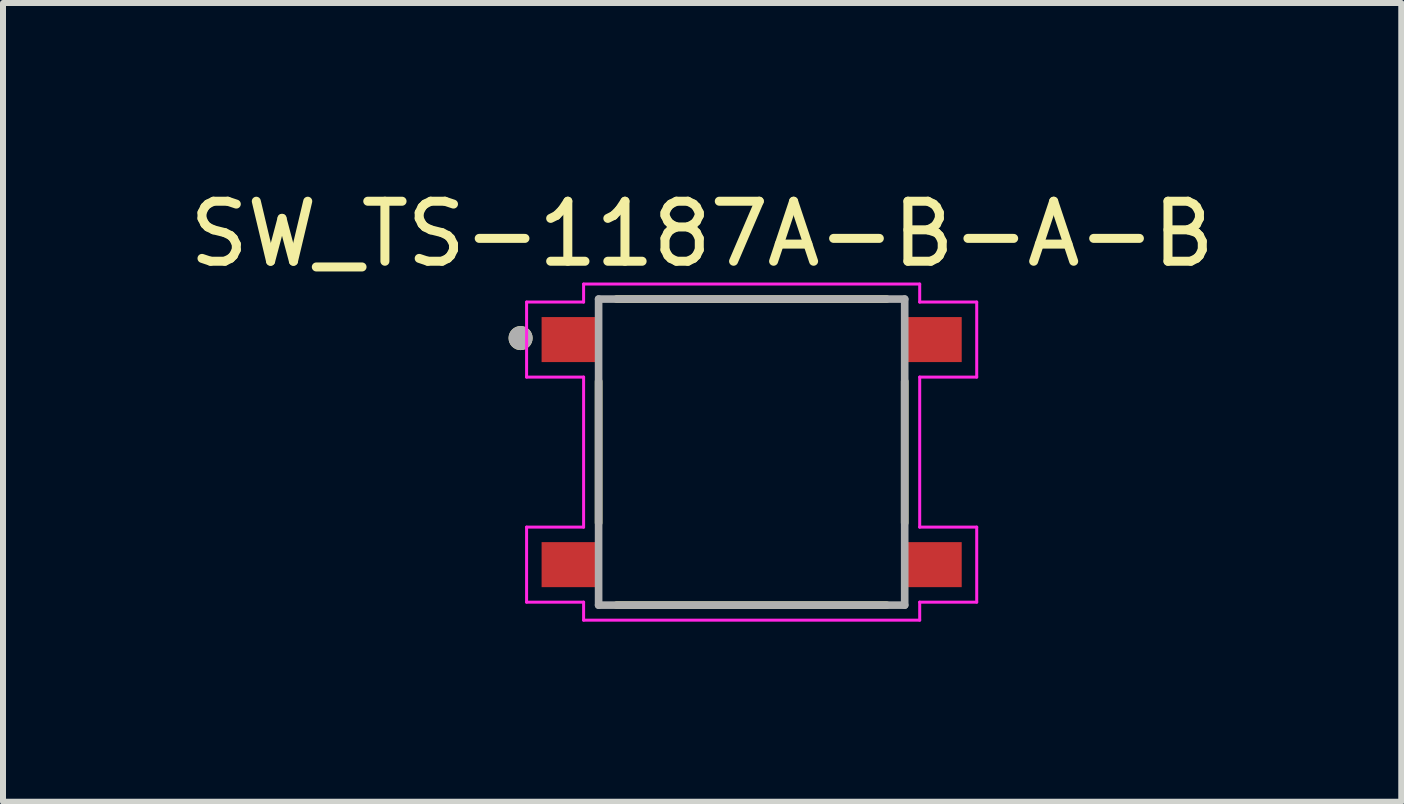
<source format=kicad_pcb>
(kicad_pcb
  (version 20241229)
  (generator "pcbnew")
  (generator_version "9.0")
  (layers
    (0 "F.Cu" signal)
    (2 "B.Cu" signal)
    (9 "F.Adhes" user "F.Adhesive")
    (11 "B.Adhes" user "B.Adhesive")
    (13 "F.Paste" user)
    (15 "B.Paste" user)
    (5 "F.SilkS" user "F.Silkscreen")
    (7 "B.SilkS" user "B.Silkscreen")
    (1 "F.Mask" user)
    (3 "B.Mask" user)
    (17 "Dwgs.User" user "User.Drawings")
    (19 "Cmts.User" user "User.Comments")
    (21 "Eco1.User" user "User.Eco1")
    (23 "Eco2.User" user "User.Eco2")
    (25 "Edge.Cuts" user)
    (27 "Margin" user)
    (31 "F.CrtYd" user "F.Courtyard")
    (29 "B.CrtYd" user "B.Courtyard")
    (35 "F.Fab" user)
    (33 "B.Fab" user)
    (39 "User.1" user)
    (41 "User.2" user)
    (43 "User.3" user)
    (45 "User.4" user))
  (footprint "SW_TS-1187A-B-A-B"
    (layer "F.Cu")
    (at 9.474 4.483)
    (property "Reference" "SW_TS-1187A-B-A-B" (at -0.825 -3.635 0) (layer "F.SilkS") (effects (font (size 1 1) (thickness 0.15))))
    (attr smd)
    (fp_line (start -2.55 -1.18) (end -2.55 1.18) (stroke (width 0.127) (type solid)) (layer "F.SilkS"))
    (fp_line (start 2.25 -2.55) (end -2.25 -2.55) (stroke (width 0.127) (type solid)) (layer "F.SilkS"))
    (fp_line (start 2.25 2.55) (end -2.25 2.55) (stroke (width 0.127) (type solid)) (layer "F.SilkS"))
    (fp_line (start 2.55 1.18) (end 2.55 -1.18) (stroke (width 0.127) (type solid)) (layer "F.SilkS"))
    (fp_circle (center -3.85 -1.9) (end -3.75 -1.9) (stroke (width 0.2) (type solid)) (fill no) (layer "F.SilkS"))
    (fp_line (start -3.75 -2.5) (end -3.75 -1.25) (stroke (width 0.05) (type solid)) (layer "F.CrtYd"))
    (fp_line (start -3.75 -2.5) (end -2.8 -2.5) (stroke (width 0.05) (type solid)) (layer "F.CrtYd"))
    (fp_line (start -3.75 -1.25) (end -2.8 -1.25) (stroke (width 0.05) (type solid)) (layer "F.CrtYd"))
    (fp_line (start -3.75 1.25) (end -2.8 1.25) (stroke (width 0.05) (type solid)) (layer "F.CrtYd"))
    (fp_line (start -3.75 2.5) (end -3.75 1.25) (stroke (width 0.05) (type solid)) (layer "F.CrtYd"))
    (fp_line (start -3.75 2.5) (end -2.8 2.5) (stroke (width 0.05) (type solid)) (layer "F.CrtYd"))
    (fp_line (start -2.8 -2.8) (end -2.8 -2.5) (stroke (width 0.05) (type solid)) (layer "F.CrtYd"))
    (fp_line (start -2.8 -1.25) (end -2.8 1.25) (stroke (width 0.05) (type solid)) (layer "F.CrtYd"))
    (fp_line (start -2.8 2.8) (end -2.8 2.5) (stroke (width 0.05) (type solid)) (layer "F.CrtYd"))
    (fp_line (start -2.8 2.8) (end 2.8 2.8) (stroke (width 0.05) (type solid)) (layer "F.CrtYd"))
    (fp_line (start 2.8 -2.8) (end -2.8 -2.8) (stroke (width 0.05) (type solid)) (layer "F.CrtYd"))
    (fp_line (start 2.8 -2.8) (end 2.8 -2.5) (stroke (width 0.05) (type solid)) (layer "F.CrtYd"))
    (fp_line (start 2.8 -1.25) (end 2.8 1.25) (stroke (width 0.05) (type solid)) (layer "F.CrtYd"))
    (fp_line (start 2.8 2.8) (end 2.8 2.5) (stroke (width 0.05) (type solid)) (layer "F.CrtYd"))
    (fp_line (start 3.75 -2.5) (end 2.8 -2.5) (stroke (width 0.05) (type solid)) (layer "F.CrtYd"))
    (fp_line (start 3.75 -2.5) (end 3.75 -1.25) (stroke (width 0.05) (type solid)) (layer "F.CrtYd"))
    (fp_line (start 3.75 -1.25) (end 2.8 -1.25) (stroke (width 0.05) (type solid)) (layer "F.CrtYd"))
    (fp_line (start 3.75 1.25) (end 2.8 1.25) (stroke (width 0.05) (type solid)) (layer "F.CrtYd"))
    (fp_line (start 3.75 2.5) (end 2.8 2.5) (stroke (width 0.05) (type solid)) (layer "F.CrtYd"))
    (fp_line (start 3.75 2.5) (end 3.75 1.25) (stroke (width 0.05) (type solid)) (layer "F.CrtYd"))
    (fp_line (start -2.55 -2.55) (end -2.55 2.55) (stroke (width 0.127) (type solid)) (layer "F.Fab"))
    (fp_line (start -2.55 2.55) (end 2.55 2.55) (stroke (width 0.127) (type solid)) (layer "F.Fab"))
    (fp_line (start 2.55 -2.55) (end -2.55 -2.55) (stroke (width 0.127) (type solid)) (layer "F.Fab"))
    (fp_line (start 2.55 2.55) (end 2.55 -2.55) (stroke (width 0.127) (type solid)) (layer "F.Fab"))
    (fp_circle (center -3.85 -1.9) (end -3.75 -1.9) (stroke (width 0.2) (type solid)) (fill no) (layer "F.Fab"))
    (pad "A" smd rect (at -3 -1.875) (size 1 0.75) (layers "F.Cu" "F.Mask" "F.Paste"))
    (pad "B" smd rect (at 3 -1.875) (size 1 0.75) (layers "F.Cu" "F.Mask" "F.Paste"))
    (pad "C" smd rect (at -3 1.875) (size 1 0.75) (layers "F.Cu" "F.Mask" "F.Paste"))
    (pad "D" smd rect (at 3 1.875) (size 1 0.75) (layers "F.Cu" "F.Mask" "F.Paste")))
  (gr_rect
    (start -3 -3)
    (end 20.298 10.308)
    (stroke (width 0.1) (type default))
    (fill no)
    (layer "Edge.Cuts")))
</source>
